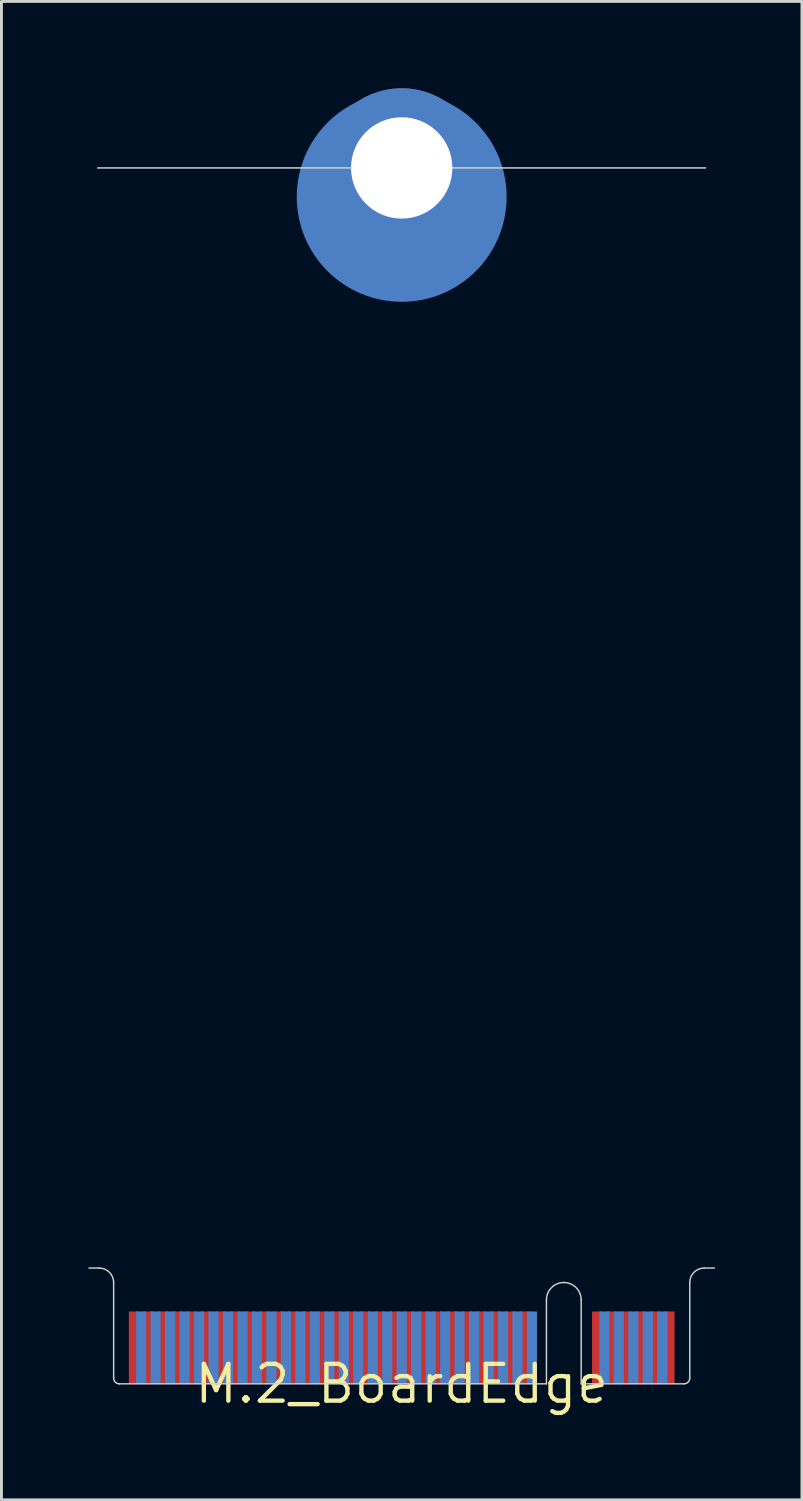
<source format=kicad_pcb>
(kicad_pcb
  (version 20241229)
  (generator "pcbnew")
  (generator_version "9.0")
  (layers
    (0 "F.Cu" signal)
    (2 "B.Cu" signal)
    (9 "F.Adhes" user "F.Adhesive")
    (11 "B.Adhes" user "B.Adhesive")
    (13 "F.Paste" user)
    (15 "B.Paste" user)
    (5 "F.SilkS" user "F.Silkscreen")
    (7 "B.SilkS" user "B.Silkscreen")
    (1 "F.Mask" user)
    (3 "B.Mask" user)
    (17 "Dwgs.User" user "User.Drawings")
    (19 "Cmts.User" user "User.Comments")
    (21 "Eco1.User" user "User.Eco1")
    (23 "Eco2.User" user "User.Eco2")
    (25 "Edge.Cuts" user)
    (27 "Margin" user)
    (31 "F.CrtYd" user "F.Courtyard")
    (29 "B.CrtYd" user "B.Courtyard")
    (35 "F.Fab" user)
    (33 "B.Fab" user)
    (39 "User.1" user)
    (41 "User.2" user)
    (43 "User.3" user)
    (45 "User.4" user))
  (footprint "M.2_BoardEdge"
    (layer "F.Cu")
    (at 10.825 44.75)
    (property "Reference" "M.2_BoardEdge" (at 0 0 0) (layer "F.SilkS") (effects (font (size 1.27 1.27) (thickness 0.15))))
    (attr through_hole)
    (fp_circle (center 0 -41) (end 3 -41) (stroke (width 1.25) (type solid)) (fill no) (layer "B.Cu"))
    (fp_poly (pts (xy 2.55 -38.45) (xy -2.55 -38.45) (xy -2.55 -43.55) (xy 2.55 -43.55)) (stroke (width 0) (type solid)) (fill yes) (layer "B.Cu"))
    (fp_line (start -10.8 -4) (end -10.45 -4) (stroke (width 0.05) (type solid)) (layer "Edge.Cuts"))
    (fp_line (start -9.95 -3.5) (end -9.95 -0.2) (stroke (width 0.05) (type solid)) (layer "Edge.Cuts"))
    (fp_line (start -9.75 0) (end 5 0) (stroke (width 0.05) (type solid)) (layer "Edge.Cuts"))
    (fp_line (start 5 -2.9) (end 5 0) (stroke (width 0.05) (type solid)) (layer "Edge.Cuts"))
    (fp_line (start 6.2 -2.9) (end 6.2 0) (stroke (width 0.05) (type solid)) (layer "Edge.Cuts"))
    (fp_line (start 6.2 0) (end 9.75 0) (stroke (width 0.05) (type solid)) (layer "Edge.Cuts"))
    (fp_line (start 9.95 -0.2) (end 9.95 -3.5) (stroke (width 0.05) (type solid)) (layer "Edge.Cuts"))
    (fp_line (start 10.45 -4) (end 10.8 -4) (stroke (width 0.05) (type solid)) (layer "Edge.Cuts"))
    (fp_line (start 10.5 -42) (end -10.5 -42) (stroke (width 0.05) (type solid)) (layer "Edge.Cuts"))
    (fp_arc (start -10.45 -4) (mid -10.096447 -3.853553) (end -9.95 -3.5) (stroke (width 0.05) (type solid)) (layer "Edge.Cuts"))
    (fp_arc (start -9.75 0) (mid -9.891421 -0.058579) (end -9.95 -0.2) (stroke (width 0.05) (type solid)) (layer "Edge.Cuts"))
    (fp_arc (start 5 -2.9) (mid 5.175736 -3.324264) (end 5.6 -3.5) (stroke (width 0.05) (type solid)) (layer "Edge.Cuts"))
    (fp_arc (start 5.6 -3.5) (mid 6.024264 -3.324264) (end 6.2 -2.9) (stroke (width 0.05) (type solid)) (layer "Edge.Cuts"))
    (fp_arc (start 9.95 -3.5) (mid 10.096447 -3.853553) (end 10.45 -4) (stroke (width 0.05) (type solid)) (layer "Edge.Cuts"))
    (fp_arc (start 9.95 -0.2) (mid 9.891421 -0.058579) (end 9.75 0) (stroke (width 0.05) (type solid)) (layer "Edge.Cuts"))
    (pad "MOUNTING-HOLE" thru_hole circle (at 0 -42) (size 5.5 5.5) (drill 3.5) (layers "*.Cu" "*.Mask"))
    (pad "P$1" smd rect (at 9.25 -1.25) (size 0.35 2.5) (layers "F.Cu" "F.Mask" "F.Paste"))
    (pad "P$2" smd rect (at 9 -1.25) (size 0.35 2.5) (layers "B.Cu" "B.Mask" "B.Paste"))
    (pad "P$3" smd rect (at 8.75 -1.25) (size 0.35 2.5) (layers "F.Cu" "F.Mask" "F.Paste"))
    (pad "P$4" smd rect (at 8.5 -1.25) (size 0.35 2.5) (layers "B.Cu" "B.Mask" "B.Paste"))
    (pad "P$5" smd rect (at 8.25 -1.25) (size 0.35 2.5) (layers "F.Cu" "F.Mask" "F.Paste"))
    (pad "P$6" smd rect (at 8 -1.25) (size 0.35 2.5) (layers "B.Cu" "B.Mask" "B.Paste"))
    (pad "P$7" smd rect (at 7.75 -1.25) (size 0.35 2.5) (layers "F.Cu" "F.Mask" "F.Paste"))
    (pad "P$8" smd rect (at 7.5 -1.25) (size 0.35 2.5) (layers "B.Cu" "B.Mask" "B.Paste"))
    (pad "P$9" smd rect (at 7.25 -1.25) (size 0.35 2.5) (layers "F.Cu" "F.Mask" "F.Paste"))
    (pad "P$10" smd rect (at 7 -1.25) (size 0.35 2.5) (layers "B.Cu" "B.Mask" "B.Paste"))
    (pad "P$11" smd rect (at 6.75 -1.25) (size 0.35 2.5) (layers "F.Cu" "F.Mask" "F.Paste"))
    (pad "P$20" smd rect (at 4.5 -1.25) (size 0.35 2.5) (layers "B.Cu" "B.Mask" "B.Paste"))
    (pad "P$21" smd rect (at 4.25 -1.25) (size 0.35 2.5) (layers "F.Cu" "F.Mask" "F.Paste"))
    (pad "P$22" smd rect (at 4 -1.25) (size 0.35 2.5) (layers "B.Cu" "B.Mask" "B.Paste"))
    (pad "P$23" smd rect (at 3.75 -1.25) (size 0.35 2.5) (layers "F.Cu" "F.Mask" "F.Paste"))
    (pad "P$24" smd rect (at 3.5 -1.25) (size 0.35 2.5) (layers "B.Cu" "B.Mask" "B.Paste"))
    (pad "P$25" smd rect (at 3.25 -1.25) (size 0.35 2.5) (layers "F.Cu" "F.Mask" "F.Paste"))
    (pad "P$26" smd rect (at 3 -1.25) (size 0.35 2.5) (layers "B.Cu" "B.Mask" "B.Paste"))
    (pad "P$27" smd rect (at 2.75 -1.25) (size 0.35 2.5) (layers "F.Cu" "F.Mask" "F.Paste"))
    (pad "P$28" smd rect (at 2.5 -1.25) (size 0.35 2.5) (layers "B.Cu" "B.Mask" "B.Paste"))
    (pad "P$29" smd rect (at 2.25 -1.25) (size 0.35 2.5) (layers "F.Cu" "F.Mask" "F.Paste"))
    (pad "P$30" smd rect (at 2 -1.25) (size 0.35 2.5) (layers "B.Cu" "B.Mask" "B.Paste"))
    (pad "P$31" smd rect (at 1.75 -1.25) (size 0.35 2.5) (layers "F.Cu" "F.Mask" "F.Paste"))
    (pad "P$32" smd rect (at 1.5 -1.25) (size 0.35 2.5) (layers "B.Cu" "B.Mask" "B.Paste"))
    (pad "P$33" smd rect (at 1.25 -1.25) (size 0.35 2.5) (layers "F.Cu" "F.Mask" "F.Paste"))
    (pad "P$34" smd rect (at 1 -1.25) (size 0.35 2.5) (layers "B.Cu" "B.Mask" "B.Paste"))
    (pad "P$35" smd rect (at 0.75 -1.25) (size 0.35 2.5) (layers "F.Cu" "F.Mask" "F.Paste"))
    (pad "P$36" smd rect (at 0.5 -1.25) (size 0.35 2.5) (layers "B.Cu" "B.Mask" "B.Paste"))
    (pad "P$37" smd rect (at 0.25 -1.25) (size 0.35 2.5) (layers "F.Cu" "F.Mask" "F.Paste"))
    (pad "P$38" smd rect (at 0 -1.25) (size 0.35 2.5) (layers "B.Cu" "B.Mask" "B.Paste"))
    (pad "P$39" smd rect (at -0.25 -1.25) (size 0.35 2.5) (layers "F.Cu" "F.Mask" "F.Paste"))
    (pad "P$40" smd rect (at -0.5 -1.25) (size 0.35 2.5) (layers "B.Cu" "B.Mask" "B.Paste"))
    (pad "P$41" smd rect (at -0.75 -1.25) (size 0.35 2.5) (layers "F.Cu" "F.Mask" "F.Paste"))
    (pad "P$42" smd rect (at -1 -1.25) (size 0.35 2.5) (layers "B.Cu" "B.Mask" "B.Paste"))
    (pad "P$43" smd rect (at -1.25 -1.25) (size 0.35 2.5) (layers "F.Cu" "F.Mask" "F.Paste"))
    (pad "P$44" smd rect (at -1.5 -1.25) (size 0.35 2.5) (layers "B.Cu" "B.Mask" "B.Paste"))
    (pad "P$45" smd rect (at -1.75 -1.25) (size 0.35 2.5) (layers "F.Cu" "F.Mask" "F.Paste"))
    (pad "P$46" smd rect (at -2 -1.25) (size 0.35 2.5) (layers "B.Cu" "B.Mask" "B.Paste"))
    (pad "P$47" smd rect (at -2.25 -1.25) (size 0.35 2.5) (layers "F.Cu" "F.Mask" "F.Paste"))
    (pad "P$48" smd rect (at -2.5 -1.25) (size 0.35 2.5) (layers "B.Cu" "B.Mask" "B.Paste"))
    (pad "P$49" smd rect (at -2.75 -1.25) (size 0.35 2.5) (layers "F.Cu" "F.Mask" "F.Paste"))
    (pad "P$50" smd rect (at -3 -1.25) (size 0.35 2.5) (layers "B.Cu" "B.Mask" "B.Paste"))
    (pad "P$51" smd rect (at -3.25 -1.25) (size 0.35 2.5) (layers "F.Cu" "F.Mask" "F.Paste"))
    (pad "P$52" smd rect (at -3.5 -1.25) (size 0.35 2.5) (layers "B.Cu" "B.Mask" "B.Paste"))
    (pad "P$53" smd rect (at -3.75 -1.25) (size 0.35 2.5) (layers "F.Cu" "F.Mask" "F.Paste"))
    (pad "P$54" smd rect (at -4 -1.25) (size 0.35 2.5) (layers "B.Cu" "B.Mask" "B.Paste"))
    (pad "P$55" smd rect (at -4.25 -1.25) (size 0.35 2.5) (layers "F.Cu" "F.Mask" "F.Paste"))
    (pad "P$56" smd rect (at -4.5 -1.25) (size 0.35 2.5) (layers "B.Cu" "B.Mask" "B.Paste"))
    (pad "P$57" smd rect (at -4.75 -1.25) (size 0.35 2.5) (layers "F.Cu" "F.Mask" "F.Paste"))
    (pad "P$58" smd rect (at -5 -1.25) (size 0.35 2.5) (layers "B.Cu" "B.Mask" "B.Paste"))
    (pad "P$59" smd rect (at -5.25 -1.25) (size 0.35 2.5) (layers "F.Cu" "F.Mask" "F.Paste"))
    (pad "P$60" smd rect (at -5.5 -1.25) (size 0.35 2.5) (layers "B.Cu" "B.Mask" "B.Paste"))
    (pad "P$61" smd rect (at -5.75 -1.25) (size 0.35 2.5) (layers "F.Cu" "F.Mask" "F.Paste"))
    (pad "P$62" smd rect (at -6 -1.25) (size 0.35 2.5) (layers "B.Cu" "B.Mask" "B.Paste"))
    (pad "P$63" smd rect (at -6.25 -1.25) (size 0.35 2.5) (layers "F.Cu" "F.Mask" "F.Paste"))
    (pad "P$64" smd rect (at -6.5 -1.25) (size 0.35 2.5) (layers "B.Cu" "B.Mask" "B.Paste"))
    (pad "P$65" smd rect (at -6.75 -1.25) (size 0.35 2.5) (layers "F.Cu" "F.Mask" "F.Paste"))
    (pad "P$66" smd rect (at -7 -1.25) (size 0.35 2.5) (layers "B.Cu" "B.Mask" "B.Paste"))
    (pad "P$67" smd rect (at -7.25 -1.25) (size 0.35 2.5) (layers "F.Cu" "F.Mask" "F.Paste"))
    (pad "P$68" smd rect (at -7.5 -1.25) (size 0.35 2.5) (layers "B.Cu" "B.Mask" "B.Paste"))
    (pad "P$69" smd rect (at -7.75 -1.25) (size 0.35 2.5) (layers "F.Cu" "F.Mask" "F.Paste"))
    (pad "P$70" smd rect (at -8 -1.25) (size 0.35 2.5) (layers "B.Cu" "B.Mask" "B.Paste"))
    (pad "P$71" smd rect (at -8.25 -1.25) (size 0.35 2.5) (layers "F.Cu" "F.Mask" "F.Paste"))
    (pad "P$72" smd rect (at -8.5 -1.25) (size 0.35 2.5) (layers "B.Cu" "B.Mask" "B.Paste"))
    (pad "P$73" smd rect (at -8.75 -1.25) (size 0.35 2.5) (layers "F.Cu" "F.Mask" "F.Paste"))
    (pad "P$74" smd rect (at -9 -1.25) (size 0.35 2.5) (layers "B.Cu" "B.Mask" "B.Paste"))
    (pad "P$75" smd rect (at -9.25 -1.25) (size 0.35 2.5) (layers "F.Cu" "F.Mask" "F.Paste")))
  (gr_rect
    (start -3 -3)
    (end 24.65 48.756)
    (stroke (width 0.1) (type default))
    (fill no)
    (layer "Edge.Cuts")))
</source>
